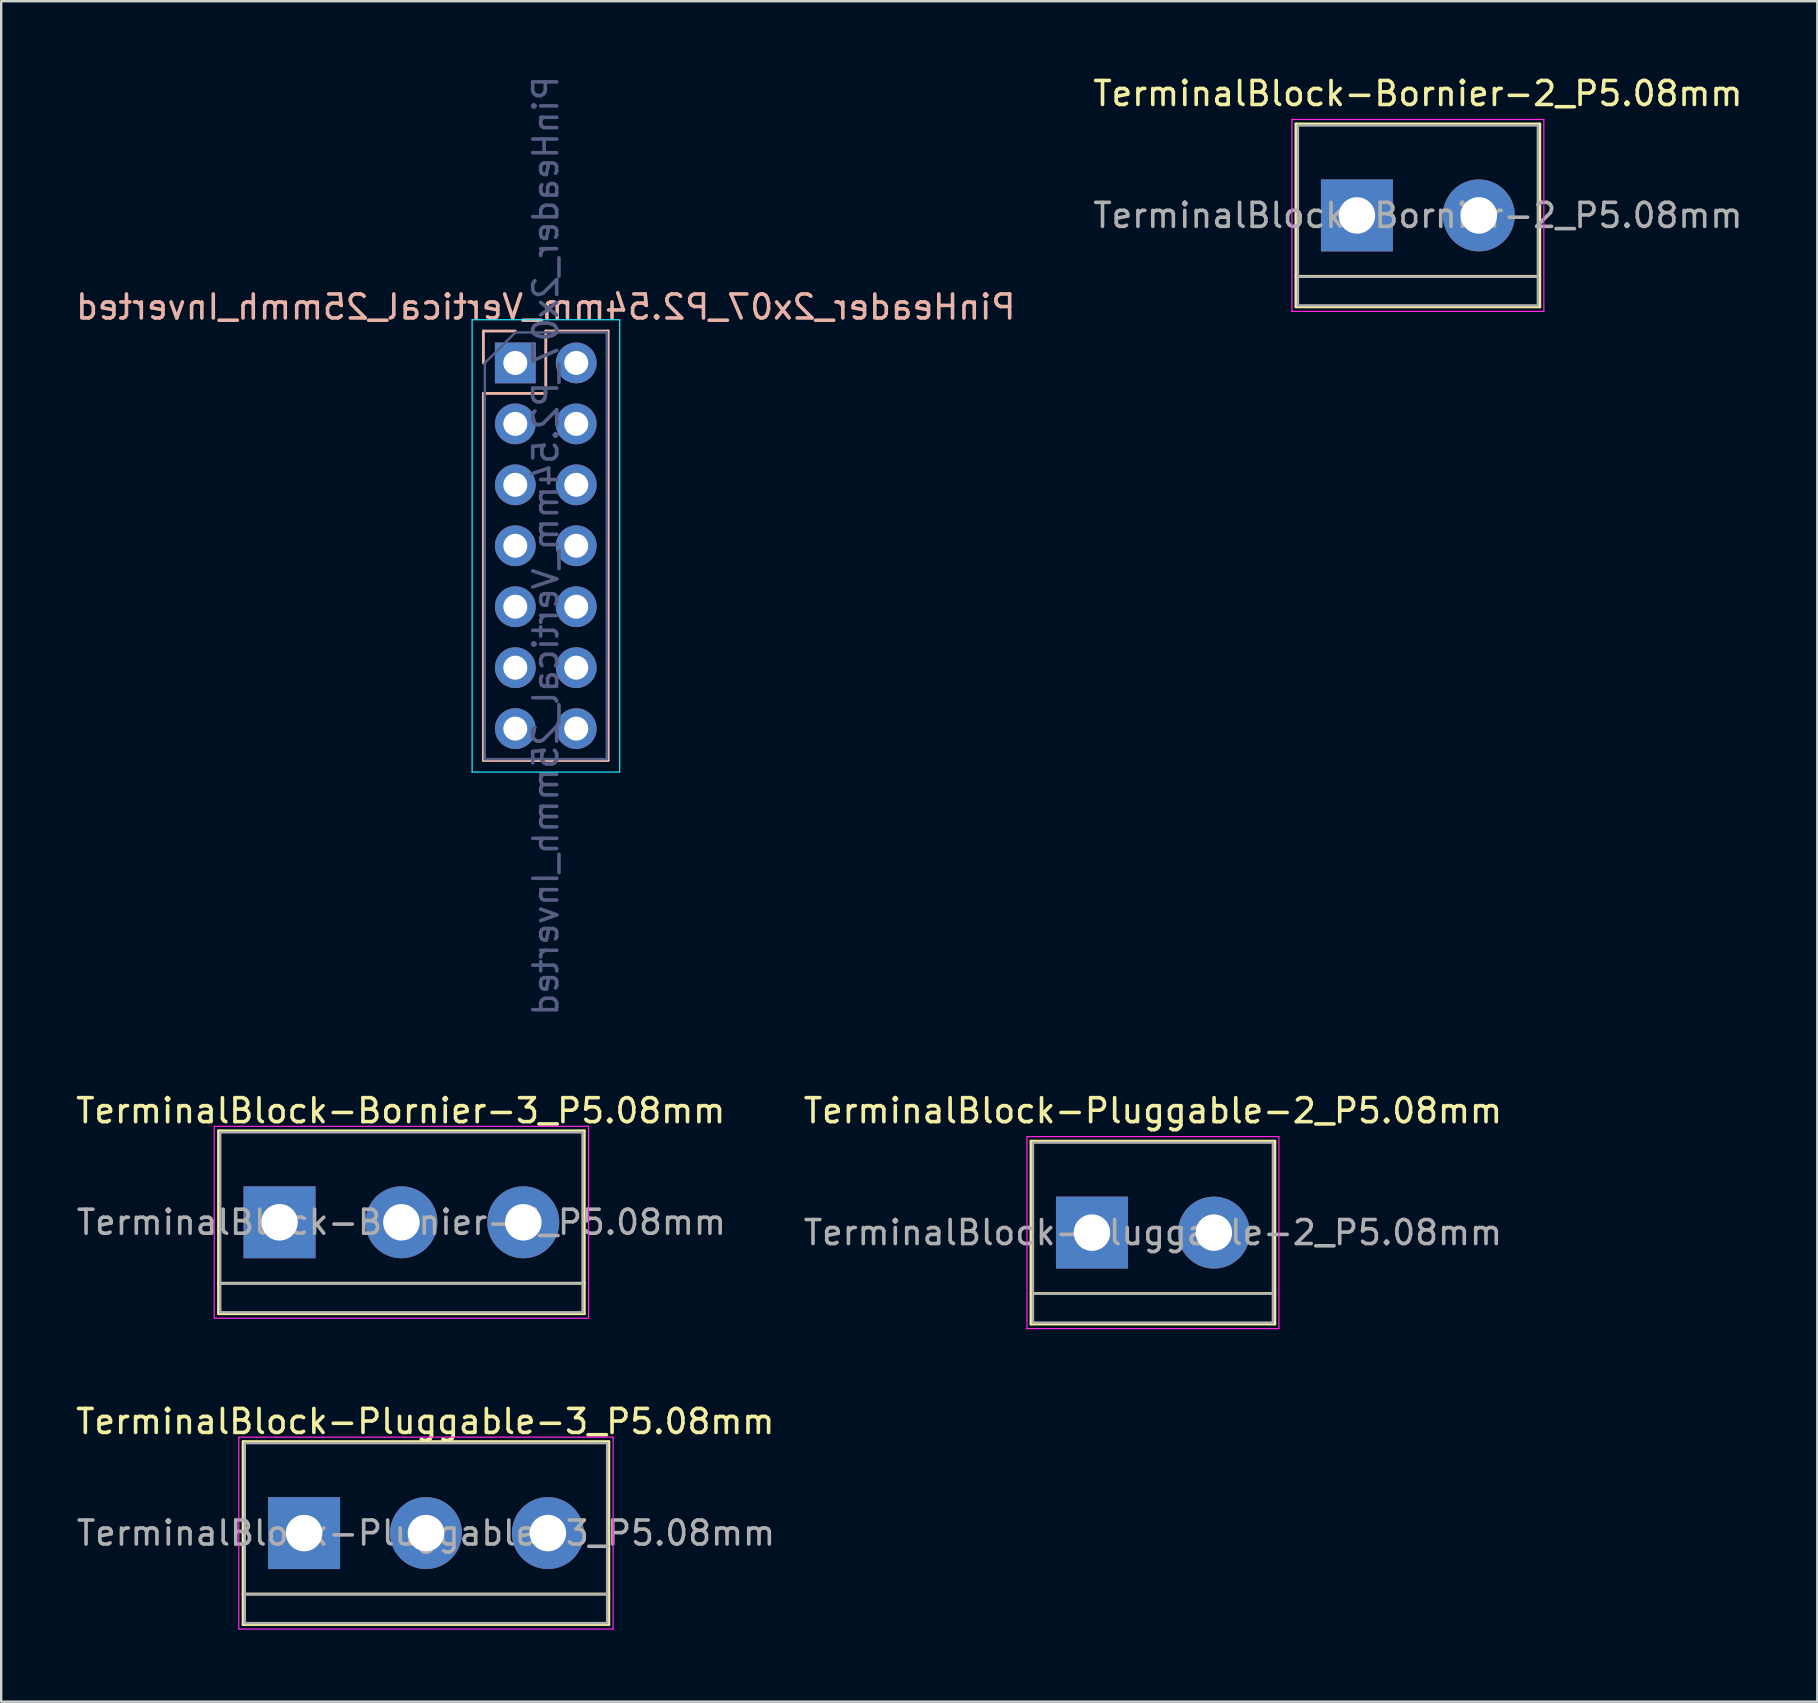
<source format=kicad_pcb>
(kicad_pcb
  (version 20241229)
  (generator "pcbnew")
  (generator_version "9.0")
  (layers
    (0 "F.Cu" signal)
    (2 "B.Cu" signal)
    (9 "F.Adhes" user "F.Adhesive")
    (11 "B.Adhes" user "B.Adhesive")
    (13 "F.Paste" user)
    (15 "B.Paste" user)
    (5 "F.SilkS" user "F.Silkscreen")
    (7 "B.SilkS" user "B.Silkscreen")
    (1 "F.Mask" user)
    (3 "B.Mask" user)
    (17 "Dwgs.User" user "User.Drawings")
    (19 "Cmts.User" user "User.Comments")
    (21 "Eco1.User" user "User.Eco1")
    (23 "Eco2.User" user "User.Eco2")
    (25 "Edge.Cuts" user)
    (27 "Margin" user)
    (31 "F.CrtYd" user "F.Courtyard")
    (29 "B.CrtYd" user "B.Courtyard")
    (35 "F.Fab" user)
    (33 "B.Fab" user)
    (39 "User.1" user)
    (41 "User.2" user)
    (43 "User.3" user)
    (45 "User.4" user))
  (footprint "TerminalBlock-Bornier-2_P5.08mm"
    (layer "F.Cu")
    (at 53.502 5.928)
    (property "Reference" "TerminalBlock-Bornier-2_P5.08mm" (at 2.54 -5.08 0) (layer "F.SilkS") (effects (font (size 1 1) (thickness 0.15))))
    (attr through_hole)
    (fp_line (start -2.54 -3.81) (end -2.54 3.81) (stroke (width 0.12) (type solid)) (layer "F.SilkS"))
    (fp_line (start -2.54 3.81) (end 7.62 3.81) (stroke (width 0.12) (type solid)) (layer "F.SilkS"))
    (fp_line (start 7.62 -3.81) (end -2.54 -3.81) (stroke (width 0.12) (type solid)) (layer "F.SilkS"))
    (fp_line (start 7.62 2.54) (end -2.54 2.54) (stroke (width 0.12) (type solid)) (layer "F.SilkS"))
    (fp_line (start 7.62 3.81) (end 7.62 -3.81) (stroke (width 0.12) (type solid)) (layer "F.SilkS"))
    (fp_line (start -2.71 -4) (end -2.71 4) (stroke (width 0.05) (type solid)) (layer "F.CrtYd"))
    (fp_line (start -2.71 -4) (end 7.79 -4) (stroke (width 0.05) (type solid)) (layer "F.CrtYd"))
    (fp_line (start 7.79 4) (end -2.71 4) (stroke (width 0.05) (type solid)) (layer "F.CrtYd"))
    (fp_line (start 7.79 4) (end 7.79 -4) (stroke (width 0.05) (type solid)) (layer "F.CrtYd"))
    (fp_line (start -2.46 -3.75) (end -2.46 3.75) (stroke (width 0.1) (type solid)) (layer "F.Fab"))
    (fp_line (start -2.46 3.75) (end 7.54 3.75) (stroke (width 0.1) (type solid)) (layer "F.Fab"))
    (fp_line (start -2.41 2.55) (end 7.49 2.55) (stroke (width 0.1) (type solid)) (layer "F.Fab"))
    (fp_line (start 7.54 -3.75) (end -2.46 -3.75) (stroke (width 0.1) (type solid)) (layer "F.Fab"))
    (fp_line (start 7.54 3.75) (end 7.54 -3.75) (stroke (width 0.1) (type solid)) (layer "F.Fab"))
    (fp_text user "${REFERENCE}" (at 2.54 0 0) (layer "F.Fab") (effects (font (size 1 1) (thickness 0.15))))
    (pad "1" thru_hole rect (at 0 0) (size 3 3) (drill 1.52) (layers "*.Cu" "*.Mask"))
    (pad "2" thru_hole circle (at 5.08 0) (size 3 3) (drill 1.52) (layers "*.Cu" "*.Mask")))
  (footprint "TerminalBlock-Bornier-3_P5.08mm"
    (layer "F.Cu")
    (at 8.599 47.891)
    (property "Reference" "TerminalBlock-Bornier-3_P5.08mm" (at 5.05 -4.65 0) (layer "F.SilkS") (effects (font (size 1 1) (thickness 0.15))))
    (attr through_hole)
    (fp_line (start -2.54 -3.81) (end 12.7 -3.81) (stroke (width 0.12) (type solid)) (layer "F.SilkS"))
    (fp_line (start -2.54 2.54) (end 12.7 2.54) (stroke (width 0.12) (type solid)) (layer "F.SilkS"))
    (fp_line (start -2.54 3.81) (end -2.54 -3.81) (stroke (width 0.12) (type solid)) (layer "F.SilkS"))
    (fp_line (start -2.54 3.81) (end 12.7 3.81) (stroke (width 0.12) (type solid)) (layer "F.SilkS"))
    (fp_line (start 12.7 3.81) (end 12.7 -3.81) (stroke (width 0.12) (type solid)) (layer "F.SilkS"))
    (fp_line (start -2.72 -4) (end -2.72 4) (stroke (width 0.05) (type solid)) (layer "F.CrtYd"))
    (fp_line (start -2.72 -4) (end 12.88 -4) (stroke (width 0.05) (type solid)) (layer "F.CrtYd"))
    (fp_line (start 12.88 4) (end -2.72 4) (stroke (width 0.05) (type solid)) (layer "F.CrtYd"))
    (fp_line (start 12.88 4) (end 12.88 -4) (stroke (width 0.05) (type solid)) (layer "F.CrtYd"))
    (fp_line (start -2.47 -3.75) (end 12.63 -3.75) (stroke (width 0.1) (type solid)) (layer "F.Fab"))
    (fp_line (start -2.47 2.55) (end 12.63 2.55) (stroke (width 0.1) (type solid)) (layer "F.Fab"))
    (fp_line (start -2.47 3.75) (end -2.47 -3.75) (stroke (width 0.1) (type solid)) (layer "F.Fab"))
    (fp_line (start 12.63 -3.75) (end 12.63 3.75) (stroke (width 0.1) (type solid)) (layer "F.Fab"))
    (fp_line (start 12.63 3.75) (end -2.47 3.75) (stroke (width 0.1) (type solid)) (layer "F.Fab"))
    (fp_text user "${REFERENCE}" (at 5.08 0 0) (layer "F.Fab") (effects (font (size 1 1) (thickness 0.15))))
    (pad "1" thru_hole rect (at 0 0) (size 3 3) (drill 1.52) (layers "*.Cu" "*.Mask"))
    (pad "2" thru_hole circle (at 5.08 0) (size 3 3) (drill 1.52) (layers "*.Cu" "*.Mask"))
    (pad "3" thru_hole circle (at 10.16 0) (size 3 3) (drill 1.52) (layers "*.Cu" "*.Mask")))
  (footprint "TerminalBlock-Pluggable-2_P5.08mm"
    (layer "F.Cu")
    (at 42.46 48.321)
    (property "Reference" "TerminalBlock-Pluggable-2_P5.08mm" (at 2.54 -5.08 0) (layer "F.SilkS") (effects (font (size 1 1) (thickness 0.15))))
    (attr through_hole)
    (fp_line (start -2.54 -3.81) (end -2.54 3.81) (stroke (width 0.12) (type solid)) (layer "F.SilkS"))
    (fp_line (start -2.54 3.81) (end 7.62 3.81) (stroke (width 0.12) (type solid)) (layer "F.SilkS"))
    (fp_line (start 7.62 -3.81) (end -2.54 -3.81) (stroke (width 0.12) (type solid)) (layer "F.SilkS"))
    (fp_line (start 7.62 2.54) (end -2.54 2.54) (stroke (width 0.12) (type solid)) (layer "F.SilkS"))
    (fp_line (start 7.62 3.81) (end 7.62 -3.81) (stroke (width 0.12) (type solid)) (layer "F.SilkS"))
    (fp_line (start -2.71 -4) (end -2.71 4) (stroke (width 0.05) (type solid)) (layer "F.CrtYd"))
    (fp_line (start -2.71 -4) (end 7.79 -4) (stroke (width 0.05) (type solid)) (layer "F.CrtYd"))
    (fp_line (start 7.79 4) (end -2.71 4) (stroke (width 0.05) (type solid)) (layer "F.CrtYd"))
    (fp_line (start 7.79 4) (end 7.79 -4) (stroke (width 0.05) (type solid)) (layer "F.CrtYd"))
    (fp_line (start -2.46 -3.75) (end -2.46 3.75) (stroke (width 0.1) (type solid)) (layer "F.Fab"))
    (fp_line (start -2.46 3.75) (end 7.54 3.75) (stroke (width 0.1) (type solid)) (layer "F.Fab"))
    (fp_line (start -2.41 2.55) (end 7.49 2.55) (stroke (width 0.1) (type solid)) (layer "F.Fab"))
    (fp_line (start 7.54 -3.75) (end -2.46 -3.75) (stroke (width 0.1) (type solid)) (layer "F.Fab"))
    (fp_line (start 7.54 3.75) (end 7.54 -3.75) (stroke (width 0.1) (type solid)) (layer "F.Fab"))
    (fp_text user "${REFERENCE}" (at 2.54 0 0) (layer "F.Fab") (effects (font (size 1 1) (thickness 0.15))))
    (pad "1" thru_hole rect (at 0 0) (size 3 3) (drill 1.52) (layers "*.Cu" "*.Mask"))
    (pad "2" thru_hole circle (at 5.08 0) (size 3 3) (drill 1.52) (layers "*.Cu" "*.Mask")))
  (footprint "TerminalBlock-Pluggable-3_P5.08mm"
    (layer "F.Cu")
    (at 9.623 60.844)
    (property "Reference" "TerminalBlock-Pluggable-3_P5.08mm" (at 5.05 -4.65 0) (layer "F.SilkS") (effects (font (size 1 1) (thickness 0.15))))
    (attr through_hole)
    (fp_line (start -2.54 -3.81) (end 12.7 -3.81) (stroke (width 0.12) (type solid)) (layer "F.SilkS"))
    (fp_line (start -2.54 2.54) (end 12.7 2.54) (stroke (width 0.12) (type solid)) (layer "F.SilkS"))
    (fp_line (start -2.54 3.81) (end -2.54 -3.81) (stroke (width 0.12) (type solid)) (layer "F.SilkS"))
    (fp_line (start -2.54 3.81) (end 12.7 3.81) (stroke (width 0.12) (type solid)) (layer "F.SilkS"))
    (fp_line (start 12.7 3.81) (end 12.7 -3.81) (stroke (width 0.12) (type solid)) (layer "F.SilkS"))
    (fp_line (start -2.72 -4) (end -2.72 4) (stroke (width 0.05) (type solid)) (layer "F.CrtYd"))
    (fp_line (start -2.72 -4) (end 12.88 -4) (stroke (width 0.05) (type solid)) (layer "F.CrtYd"))
    (fp_line (start 12.88 4) (end -2.72 4) (stroke (width 0.05) (type solid)) (layer "F.CrtYd"))
    (fp_line (start 12.88 4) (end 12.88 -4) (stroke (width 0.05) (type solid)) (layer "F.CrtYd"))
    (fp_line (start -2.47 -3.75) (end 12.63 -3.75) (stroke (width 0.1) (type solid)) (layer "F.Fab"))
    (fp_line (start -2.47 2.55) (end 12.63 2.55) (stroke (width 0.1) (type solid)) (layer "F.Fab"))
    (fp_line (start -2.47 3.75) (end -2.47 -3.75) (stroke (width 0.1) (type solid)) (layer "F.Fab"))
    (fp_line (start 12.63 -3.75) (end 12.63 3.75) (stroke (width 0.1) (type solid)) (layer "F.Fab"))
    (fp_line (start 12.63 3.75) (end -2.47 3.75) (stroke (width 0.1) (type solid)) (layer "F.Fab"))
    (fp_text user "${REFERENCE}" (at 5.08 0 0) (layer "F.Fab") (effects (font (size 1 1) (thickness 0.15))))
    (pad "1" thru_hole rect (at 0 0) (size 3 3) (drill 1.52) (layers "*.Cu" "*.Mask"))
    (pad "2" thru_hole circle (at 5.08 0) (size 3 3) (drill 1.52) (layers "*.Cu" "*.Mask"))
    (pad "3" thru_hole circle (at 10.16 0) (size 3 3) (drill 1.52) (layers "*.Cu" "*.Mask")))
  (footprint "PinHeader_2x07_P2.54mm_Vertical_25mmh_Inverted"
    (layer "F.Cu")
    (at 18.426 12.076)
    (property "Reference" "PinHeader_2x07_P2.54mm_Vertical_25mmh_Inverted" (at 1.27 -2.33 0) (layer "B.SilkS") (effects (font (size 1 1) (thickness 0.15)) (justify mirror)))
    (attr through_hole)
    (fp_line (start -1.33 -1.33) (end 0 -1.33) (stroke (width 0.12) (type solid)) (layer "B.SilkS"))
    (fp_line (start -1.33 0) (end -1.33 -1.33) (stroke (width 0.12) (type solid)) (layer "B.SilkS"))
    (fp_line (start -1.33 1.27) (end -1.33 16.57) (stroke (width 0.12) (type solid)) (layer "B.SilkS"))
    (fp_line (start -1.33 1.27) (end 1.27 1.27) (stroke (width 0.12) (type solid)) (layer "B.SilkS"))
    (fp_line (start -1.33 16.57) (end 3.87 16.57) (stroke (width 0.12) (type solid)) (layer "B.SilkS"))
    (fp_line (start 1.27 -1.33) (end 3.87 -1.33) (stroke (width 0.12) (type solid)) (layer "B.SilkS"))
    (fp_line (start 1.27 1.27) (end 1.27 -1.33) (stroke (width 0.12) (type solid)) (layer "B.SilkS"))
    (fp_line (start 3.87 -1.33) (end 3.87 16.57) (stroke (width 0.12) (type solid)) (layer "B.SilkS"))
    (fp_line (start -1.8 -1.8) (end -1.8 17.05) (stroke (width 0.05) (type solid)) (layer "B.CrtYd"))
    (fp_line (start -1.8 17.05) (end 4.35 17.05) (stroke (width 0.05) (type solid)) (layer "B.CrtYd"))
    (fp_line (start 4.35 -1.8) (end -1.8 -1.8) (stroke (width 0.05) (type solid)) (layer "B.CrtYd"))
    (fp_line (start 4.35 17.05) (end 4.35 -1.8) (stroke (width 0.05) (type solid)) (layer "B.CrtYd"))
    (fp_line (start -1.27 0) (end 0 -1.27) (stroke (width 0.1) (type solid)) (layer "B.Fab"))
    (fp_line (start -1.27 16.51) (end -1.27 0) (stroke (width 0.1) (type solid)) (layer "B.Fab"))
    (fp_line (start 0 -1.27) (end 3.81 -1.27) (stroke (width 0.1) (type solid)) (layer "B.Fab"))
    (fp_line (start 3.81 -1.27) (end 3.81 16.51) (stroke (width 0.1) (type solid)) (layer "B.Fab"))
    (fp_line (start 3.81 16.51) (end -1.27 16.51) (stroke (width 0.1) (type solid)) (layer "B.Fab"))
    (fp_text user "${REFERENCE}" (at 1.27 7.62 90) (layer "B.Fab") (effects (font (size 1 1) (thickness 0.15)) (justify mirror)))
    (pad "1" thru_hole rect (at 0 0) (size 1.7 1.7) (drill 1) (layers "*.Cu" "*.Mask"))
    (pad "2" thru_hole oval (at 2.54 0) (size 1.7 1.7) (drill 1) (layers "*.Cu" "*.Mask"))
    (pad "3" thru_hole oval (at 0 2.54) (size 1.7 1.7) (drill 1) (layers "*.Cu" "*.Mask"))
    (pad "4" thru_hole oval (at 2.54 2.54) (size 1.7 1.7) (drill 1) (layers "*.Cu" "*.Mask"))
    (pad "5" thru_hole oval (at 0 5.08) (size 1.7 1.7) (drill 1) (layers "*.Cu" "*.Mask"))
    (pad "6" thru_hole oval (at 2.54 5.08) (size 1.7 1.7) (drill 1) (layers "*.Cu" "*.Mask"))
    (pad "7" thru_hole oval (at 0 7.62) (size 1.7 1.7) (drill 1) (layers "*.Cu" "*.Mask"))
    (pad "8" thru_hole oval (at 2.54 7.62) (size 1.7 1.7) (drill 1) (layers "*.Cu" "*.Mask"))
    (pad "9" thru_hole oval (at 0 10.16) (size 1.7 1.7) (drill 1) (layers "*.Cu" "*.Mask"))
    (pad "10" thru_hole oval (at 2.54 10.16) (size 1.7 1.7) (drill 1) (layers "*.Cu" "*.Mask"))
    (pad "11" thru_hole oval (at 0 12.7) (size 1.7 1.7) (drill 1) (layers "*.Cu" "*.Mask"))
    (pad "12" thru_hole oval (at 2.54 12.7) (size 1.7 1.7) (drill 1) (layers "*.Cu" "*.Mask"))
    (pad "13" thru_hole oval (at 0 15.24) (size 1.7 1.7) (drill 1) (layers "*.Cu" "*.Mask"))
    (pad "14" thru_hole oval (at 2.54 15.24) (size 1.7 1.7) (drill 1) (layers "*.Cu" "*.Mask")))
  (gr_rect
    (start -3 -3)
    (end 72.69 67.869)
    (stroke (width 0.1) (type default))
    (fill no)
    (layer "Edge.Cuts")))
</source>
